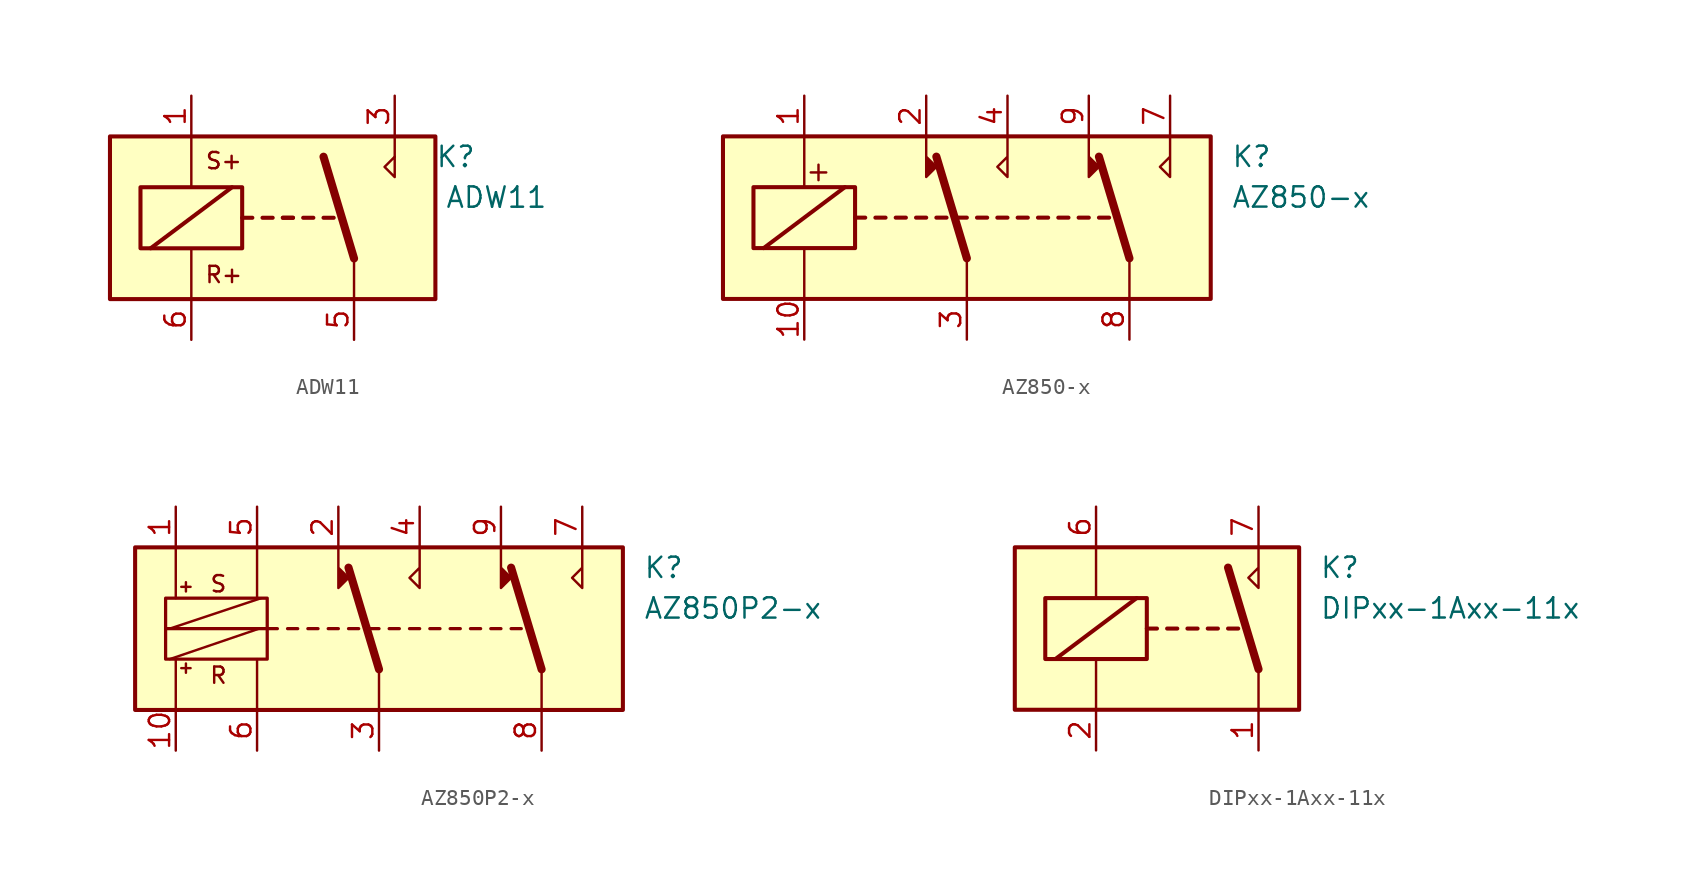
<source format=kicad_sym>
(kicad_symbol_lib
  (version 20211014)
  (generator kicad_symbol_editor)
  (symbol "ADW11"
    (property "Reference" "K"
      (at 11.43 3.81 0)
      (effects (font (size 1.27 1.27))))
    (property "Value" "ADW11"
      (at 13.97 1.27 0)
      (effects (font (size 1.27 1.27))))
    (symbol "ADW11_1_1"
      (rectangle (start -10.16 5.08) (end 10.16 -5.08) (stroke (width 0.254) (type default) (color 0 0 0 0)) (fill (type background)))
      (rectangle (start -8.255 1.905) (end -1.905 -1.905) (stroke (width 0.254) (type default) (color 0 0 0 0)) (fill (type none)))
      (polyline (pts (xy -7.62 -1.905) (xy -2.54 1.905)) (stroke (width 0.254) (type default) (color 0 0 0 0)) (fill (type none)))
      (polyline (pts (xy -5.08 -5.08) (xy -5.08 -1.905)) (stroke (width 0) (type default) (color 0 0 0 0)) (fill (type none)))
      (polyline (pts (xy -5.08 5.08) (xy -5.08 1.905)) (stroke (width 0) (type default) (color 0 0 0 0)) (fill (type none)))
      (polyline (pts (xy -1.905 0) (xy -1.27 0)) (stroke (width 0.254) (type default) (color 0 0 0 0)) (fill (type none)))
      (polyline (pts (xy -0.635 0) (xy 0 0)) (stroke (width 0.254) (type default) (color 0 0 0 0)) (fill (type none)))
      (polyline (pts (xy 0.635 0) (xy 1.27 0)) (stroke (width 0.254) (type default) (color 0 0 0 0)) (fill (type none)))
      (polyline (pts (xy 0.635 0) (xy 1.27 0)) (stroke (width 0.254) (type default) (color 0 0 0 0)) (fill (type none)))
      (polyline (pts (xy 1.905 0) (xy 2.54 0)) (stroke (width 0.254) (type default) (color 0 0 0 0)) (fill (type none)))
      (polyline (pts (xy 3.175 0) (xy 3.81 0)) (stroke (width 0.254) (type default) (color 0 0 0 0)) (fill (type none)))
      (polyline (pts (xy 5.08 -2.54) (xy 3.175 3.81)) (stroke (width 0.508) (type default) (color 0 0 0 0)) (fill (type none)))
      (polyline (pts (xy 5.08 -2.54) (xy 5.08 -5.08)) (stroke (width 0) (type default) (color 0 0 0 0)) (fill (type none)))
      (polyline (pts (xy 7.62 3.81) (xy 7.62 5.08)) (stroke (width 0) (type default) (color 0 0 0 0)) (fill (type none)))
      (polyline (pts (xy 7.62 3.81) (xy 7.62 2.54) (xy 6.985 3.175) (xy 7.62 3.81)) (stroke (width 0) (type default) (color 0 0 0 0)) (fill (type none)))
      (text "R+" (at -3.048 -3.556 0) (effects (font (size 1.016 1.016))))
      (text "S+" (at -3.048 3.556 0) (effects (font (size 1.016 1.016))))
      (pin passive line (at -5.08 7.62 270) (length 2.54) (name "~" (effects (font (size 1.27 1.27)))) (number "1" (effects (font (size 1.27 1.27)))))
      (pin passive line (at 7.62 7.62 270) (length 2.54) (name "~" (effects (font (size 1.27 1.27)))) (number "3" (effects (font (size 1.27 1.27)))))
      (pin passive line (at 5.08 -7.62 90) (length 2.54) (name "~" (effects (font (size 1.27 1.27)))) (number "5" (effects (font (size 1.27 1.27)))))
      (pin passive line (at -5.08 -7.62 90) (length 2.54) (name "~" (effects (font (size 1.27 1.27)))) (number "6" (effects (font (size 1.27 1.27)))))))
  (symbol "AZ850-x"
    (property "Reference" "K"
      (at 16.51 3.81 0)
      (effects (font (size 1.27 1.27)) (justify left)))
    (property "Value" "AZ850-x"
      (at 16.51 1.27 0)
      (effects (font (size 1.27 1.27)) (justify left)))
    (symbol "AZ850-x_0_0"
      (text "+" (at -9.271 2.921 0) (effects (font (size 1.27 1.27)))))
    (symbol "AZ850-x_0_1"
      (rectangle (start -15.24 5.08) (end 15.24 -5.08) (stroke (width 0.254) (type default) (color 0 0 0 0)) (fill (type background)))
      (rectangle (start -13.335 1.905) (end -6.985 -1.905) (stroke (width 0.254) (type default) (color 0 0 0 0)) (fill (type none)))
      (polyline (pts (xy -12.7 -1.905) (xy -7.62 1.905)) (stroke (width 0.254) (type default) (color 0 0 0 0)) (fill (type none)))
      (polyline (pts (xy -10.16 -5.08) (xy -10.16 -1.905)) (stroke (width 0) (type default) (color 0 0 0 0)) (fill (type none)))
      (polyline (pts (xy -10.16 5.08) (xy -10.16 1.905)) (stroke (width 0) (type default) (color 0 0 0 0)) (fill (type none)))
      (polyline (pts (xy -6.985 0) (xy -6.35 0)) (stroke (width 0.254) (type default) (color 0 0 0 0)) (fill (type none)))
      (polyline (pts (xy -5.715 0) (xy -5.08 0)) (stroke (width 0.254) (type default) (color 0 0 0 0)) (fill (type none)))
      (polyline (pts (xy -4.445 0) (xy -3.81 0)) (stroke (width 0.254) (type default) (color 0 0 0 0)) (fill (type none)))
      (polyline (pts (xy -3.175 0) (xy -2.54 0)) (stroke (width 0.254) (type default) (color 0 0 0 0)) (fill (type none)))
      (polyline (pts (xy -1.905 0) (xy -1.27 0)) (stroke (width 0.254) (type default) (color 0 0 0 0)) (fill (type none)))
      (polyline (pts (xy -0.635 0) (xy 0 0)) (stroke (width 0.254) (type default) (color 0 0 0 0)) (fill (type none)))
      (polyline (pts (xy 0 -2.54) (xy -1.905 3.81)) (stroke (width 0.508) (type default) (color 0 0 0 0)) (fill (type none)))
      (polyline (pts (xy 0 -2.54) (xy 0 -5.08)) (stroke (width 0) (type default) (color 0 0 0 0)) (fill (type none)))
      (polyline (pts (xy 0.635 0) (xy 1.27 0)) (stroke (width 0.254) (type default) (color 0 0 0 0)) (fill (type none)))
      (polyline (pts (xy 1.905 0) (xy 2.54 0)) (stroke (width 0.254) (type default) (color 0 0 0 0)) (fill (type none)))
      (polyline (pts (xy 3.175 0) (xy 3.81 0)) (stroke (width 0.254) (type default) (color 0 0 0 0)) (fill (type none)))
      (polyline (pts (xy 4.445 0) (xy 5.08 0)) (stroke (width 0.254) (type default) (color 0 0 0 0)) (fill (type none)))
      (polyline (pts (xy 5.715 0) (xy 6.35 0)) (stroke (width 0.254) (type default) (color 0 0 0 0)) (fill (type none)))
      (polyline (pts (xy 6.985 0) (xy 7.62 0)) (stroke (width 0.254) (type default) (color 0 0 0 0)) (fill (type none)))
      (polyline (pts (xy 8.255 0) (xy 8.89 0)) (stroke (width 0.254) (type default) (color 0 0 0 0)) (fill (type none)))
      (polyline (pts (xy 10.16 -2.54) (xy 8.255 3.81)) (stroke (width 0.508) (type default) (color 0 0 0 0)) (fill (type none)))
      (polyline (pts (xy 10.16 -2.54) (xy 10.16 -5.08)) (stroke (width 0) (type default) (color 0 0 0 0)) (fill (type none)))
      (polyline (pts (xy -2.54 5.08) (xy -2.54 2.54) (xy -1.905 3.175) (xy -2.54 3.81)) (stroke (width 0) (type default) (color 0 0 0 0)) (fill (type outline)))
      (polyline (pts (xy 2.54 5.08) (xy 2.54 2.54) (xy 1.905 3.175) (xy 2.54 3.81)) (stroke (width 0) (type default) (color 0 0 0 0)) (fill (type none)))
      (polyline (pts (xy 7.62 5.08) (xy 7.62 2.54) (xy 8.255 3.175) (xy 7.62 3.81)) (stroke (width 0) (type default) (color 0 0 0 0)) (fill (type outline)))
      (polyline (pts (xy 12.7 5.08) (xy 12.7 2.54) (xy 12.065 3.175) (xy 12.7 3.81)) (stroke (width 0) (type default) (color 0 0 0 0)) (fill (type none))))
    (symbol "AZ850-x_1_1"
      (pin passive line (at -10.16 7.62 270) (length 2.54) (name "~" (effects (font (size 1.27 1.27)))) (number "1" (effects (font (size 1.27 1.27)))))
      (pin passive line (at -10.16 -7.62 90) (length 2.54) (name "~" (effects (font (size 1.27 1.27)))) (number "10" (effects (font (size 1.27 1.27)))))
      (pin passive line (at -2.54 7.62 270) (length 2.54) (name "~" (effects (font (size 1.27 1.27)))) (number "2" (effects (font (size 1.27 1.27)))))
      (pin passive line (at 0 -7.62 90) (length 2.54) (name "~" (effects (font (size 1.27 1.27)))) (number "3" (effects (font (size 1.27 1.27)))))
      (pin passive line (at 2.54 7.62 270) (length 2.54) (name "~" (effects (font (size 1.27 1.27)))) (number "4" (effects (font (size 1.27 1.27)))))
      (pin passive line (at 12.7 7.62 270) (length 2.54) (name "~" (effects (font (size 1.27 1.27)))) (number "7" (effects (font (size 1.27 1.27)))))
      (pin passive line (at 10.16 -7.62 90) (length 2.54) (name "~" (effects (font (size 1.27 1.27)))) (number "8" (effects (font (size 1.27 1.27)))))
      (pin passive line (at 7.62 7.62 270) (length 2.54) (name "~" (effects (font (size 1.27 1.27)))) (number "9" (effects (font (size 1.27 1.27)))))))
  (symbol "AZ850P2-x"
    (property "Reference" "K"
      (at 16.51 3.81 0)
      (effects (font (size 1.27 1.27)) (justify left)))
    (property "Value" "AZ850P2-x"
      (at 16.51 1.27 0)
      (effects (font (size 1.27 1.27)) (justify left)))
    (symbol "AZ850P2-x_0_0"
      (polyline (pts (xy -2.54 5.08) (xy -2.54 2.54) (xy -1.905 3.175) (xy -2.54 3.81)) (stroke (width 0) (type default) (color 0 0 0 0)) (fill (type outline)))
      (polyline (pts (xy 2.54 5.08) (xy 2.54 2.54) (xy 1.905 3.175) (xy 2.54 3.81)) (stroke (width 0) (type default) (color 0 0 0 0)) (fill (type none)))
      (polyline (pts (xy 7.62 5.08) (xy 7.62 2.54) (xy 8.255 3.175) (xy 7.62 3.81)) (stroke (width 0) (type default) (color 0 0 0 0)) (fill (type outline)))
      (polyline (pts (xy 12.7 5.08) (xy 12.7 2.54) (xy 12.065 3.175) (xy 12.7 3.81)) (stroke (width 0) (type default) (color 0 0 0 0)) (fill (type none)))
      (text "+" (at -12.065 -2.413 0) (effects (font (size 0.762 0.762))))
      (text "+" (at -12.065 2.667 0) (effects (font (size 0.762 0.762))))
      (text "R" (at -10.033 -2.921 0) (effects (font (size 1.016 1.016))))
      (text "S" (at -10.033 2.794 0) (effects (font (size 1.016 1.016)))))
    (symbol "AZ850P2-x_0_1"
      (rectangle (start -15.24 5.08) (end 15.24 -5.08) (stroke (width 0.254) (type default) (color 0 0 0 0)) (fill (type background)))
      (rectangle (start -13.335 1.905) (end -6.985 -1.905) (stroke (width 0.203) (type default) (color 0 0 0 0)) (fill (type none)))
      (polyline (pts (xy -13.335 0) (xy -6.35 0)) (stroke (width 0.203) (type default) (color 0 0 0 0)) (fill (type none)))
      (polyline (pts (xy -13.081 -1.905) (xy -7.493 0)) (stroke (width 0) (type default) (color 0 0 0 0)) (fill (type none)))
      (polyline (pts (xy -13.081 0) (xy -7.366 1.905)) (stroke (width 0) (type default) (color 0 0 0 0)) (fill (type none)))
      (polyline (pts (xy -12.7 -5.08) (xy -12.7 -1.905)) (stroke (width 0) (type default) (color 0 0 0 0)) (fill (type none)))
      (polyline (pts (xy -12.7 5.08) (xy -12.7 1.905)) (stroke (width 0) (type default) (color 0 0 0 0)) (fill (type none)))
      (polyline (pts (xy -7.62 -5.08) (xy -7.62 -1.905)) (stroke (width 0) (type default) (color 0 0 0 0)) (fill (type none)))
      (polyline (pts (xy -7.62 5.08) (xy -7.62 1.905)) (stroke (width 0) (type default) (color 0 0 0 0)) (fill (type none)))
      (polyline (pts (xy -5.715 0) (xy -5.08 0)) (stroke (width 0.203) (type default) (color 0 0 0 0)) (fill (type none)))
      (polyline (pts (xy -4.445 0) (xy -3.81 0)) (stroke (width 0.203) (type default) (color 0 0 0 0)) (fill (type none)))
      (polyline (pts (xy -3.175 0) (xy -2.54 0)) (stroke (width 0.203) (type default) (color 0 0 0 0)) (fill (type none)))
      (polyline (pts (xy -1.905 0) (xy -1.27 0)) (stroke (width 0.203) (type default) (color 0 0 0 0)) (fill (type none)))
      (polyline (pts (xy -0.635 0) (xy 0 0)) (stroke (width 0.203) (type default) (color 0 0 0 0)) (fill (type none)))
      (polyline (pts (xy 0 -2.54) (xy -1.905 3.81)) (stroke (width 0.508) (type default) (color 0 0 0 0)) (fill (type none)))
      (polyline (pts (xy 0 -2.54) (xy 0 -5.08)) (stroke (width 0) (type default) (color 0 0 0 0)) (fill (type none)))
      (polyline (pts (xy 0.635 0) (xy 1.27 0)) (stroke (width 0.203) (type default) (color 0 0 0 0)) (fill (type none)))
      (polyline (pts (xy 1.905 0) (xy 2.54 0)) (stroke (width 0.203) (type default) (color 0 0 0 0)) (fill (type none)))
      (polyline (pts (xy 3.175 0) (xy 3.81 0)) (stroke (width 0.203) (type default) (color 0 0 0 0)) (fill (type none)))
      (polyline (pts (xy 4.445 0) (xy 5.08 0)) (stroke (width 0.203) (type default) (color 0 0 0 0)) (fill (type none)))
      (polyline (pts (xy 5.715 0) (xy 6.35 0)) (stroke (width 0.203) (type default) (color 0 0 0 0)) (fill (type none)))
      (polyline (pts (xy 6.985 0) (xy 7.62 0)) (stroke (width 0.203) (type default) (color 0 0 0 0)) (fill (type none)))
      (polyline (pts (xy 8.255 0) (xy 8.89 0)) (stroke (width 0.203) (type default) (color 0 0 0 0)) (fill (type none)))
      (polyline (pts (xy 10.16 -2.54) (xy 8.255 3.81)) (stroke (width 0.508) (type default) (color 0 0 0 0)) (fill (type none)))
      (polyline (pts (xy 10.16 -2.54) (xy 10.16 -5.08)) (stroke (width 0) (type default) (color 0 0 0 0)) (fill (type none))))
    (symbol "AZ850P2-x_1_1"
      (pin passive line (at -12.7 7.62 270) (length 2.54) (name "~" (effects (font (size 1.27 1.27)))) (number "1" (effects (font (size 1.27 1.27)))))
      (pin passive line (at -12.7 -7.62 90) (length 2.54) (name "~" (effects (font (size 1.27 1.27)))) (number "10" (effects (font (size 1.27 1.27)))))
      (pin passive line (at -2.54 7.62 270) (length 2.54) (name "~" (effects (font (size 1.27 1.27)))) (number "2" (effects (font (size 1.27 1.27)))))
      (pin passive line (at 0 -7.62 90) (length 2.54) (name "~" (effects (font (size 1.27 1.27)))) (number "3" (effects (font (size 1.27 1.27)))))
      (pin passive line (at 2.54 7.62 270) (length 2.54) (name "~" (effects (font (size 1.27 1.27)))) (number "4" (effects (font (size 1.27 1.27)))))
      (pin passive line (at -7.62 7.62 270) (length 2.54) (name "~" (effects (font (size 1.27 1.27)))) (number "5" (effects (font (size 1.27 1.27)))))
      (pin passive line (at -7.62 -7.62 90) (length 2.54) (name "~" (effects (font (size 1.27 1.27)))) (number "6" (effects (font (size 1.27 1.27)))))
      (pin passive line (at 12.7 7.62 270) (length 2.54) (name "~" (effects (font (size 1.27 1.27)))) (number "7" (effects (font (size 1.27 1.27)))))
      (pin passive line (at 10.16 -7.62 90) (length 2.54) (name "~" (effects (font (size 1.27 1.27)))) (number "8" (effects (font (size 1.27 1.27)))))
      (pin passive line (at 7.62 7.62 270) (length 2.54) (name "~" (effects (font (size 1.27 1.27)))) (number "9" (effects (font (size 1.27 1.27)))))))
  (symbol "DIPxx-1Axx-11x"
    (property "Reference" "K"
      (at 8.89 3.81 0)
      (effects (font (size 1.27 1.27)) (justify left)))
    (property "Value" "DIPxx-1Axx-11x"
      (at 8.89 1.27 0)
      (effects (font (size 1.27 1.27)) (justify left)))
    (symbol "DIPxx-1Axx-11x_0_0"
      (polyline (pts (xy 5.08 5.08) (xy 5.08 2.54) (xy 4.445 3.175) (xy 5.08 3.81)) (stroke (width 0) (type default) (color 0 0 0 0)) (fill (type none))))
    (symbol "DIPxx-1Axx-11x_0_1"
      (rectangle (start -10.16 5.08) (end 7.62 -5.08) (stroke (width 0.254) (type default) (color 0 0 0 0)) (fill (type background)))
      (rectangle (start -8.255 1.905) (end -1.905 -1.905) (stroke (width 0.254) (type default) (color 0 0 0 0)) (fill (type none)))
      (polyline (pts (xy -7.62 -1.905) (xy -2.54 1.905)) (stroke (width 0.254) (type default) (color 0 0 0 0)) (fill (type none)))
      (polyline (pts (xy -5.08 -5.08) (xy -5.08 -1.905)) (stroke (width 0) (type default) (color 0 0 0 0)) (fill (type none)))
      (polyline (pts (xy -5.08 5.08) (xy -5.08 1.905)) (stroke (width 0) (type default) (color 0 0 0 0)) (fill (type none)))
      (polyline (pts (xy -1.905 0) (xy -1.27 0)) (stroke (width 0.254) (type default) (color 0 0 0 0)) (fill (type none)))
      (polyline (pts (xy -0.635 0) (xy 0 0)) (stroke (width 0.254) (type default) (color 0 0 0 0)) (fill (type none)))
      (polyline (pts (xy 0.635 0) (xy 1.27 0)) (stroke (width 0.254) (type default) (color 0 0 0 0)) (fill (type none)))
      (polyline (pts (xy 1.905 0) (xy 2.54 0)) (stroke (width 0.254) (type default) (color 0 0 0 0)) (fill (type none)))
      (polyline (pts (xy 3.175 0) (xy 3.81 0)) (stroke (width 0.254) (type default) (color 0 0 0 0)) (fill (type none)))
      (polyline (pts (xy 5.08 -2.54) (xy 3.175 3.81)) (stroke (width 0.508) (type default) (color 0 0 0 0)) (fill (type none)))
      (polyline (pts (xy 5.08 -2.54) (xy 5.08 -5.08)) (stroke (width 0) (type default) (color 0 0 0 0)) (fill (type none))))
    (symbol "DIPxx-1Axx-11x_1_1"
      (pin passive line (at 5.08 -7.62 90) (length 2.54) (name "~" (effects (font (size 1.27 1.27)))) (number "1" (effects (font (size 1.27 1.27)))))
      (pin passive line (at 5.08 -7.62 90) (length 2.54) hide (name "~" (effects (font (size 1.27 1.27)))) (number "14" (effects (font (size 1.27 1.27)))))
      (pin passive line (at -5.08 -7.62 90) (length 2.54) (name "~" (effects (font (size 1.27 1.27)))) (number "2" (effects (font (size 1.27 1.27)))))
      (pin passive line (at -5.08 7.62 270) (length 2.54) (name "~" (effects (font (size 1.27 1.27)))) (number "6" (effects (font (size 1.27 1.27)))))
      (pin passive line (at 5.08 7.62 270) (length 2.54) (name "~" (effects (font (size 1.27 1.27)))) (number "7" (effects (font (size 1.27 1.27)))))
      (pin passive line (at 5.08 7.62 270) (length 2.54) hide (name "~" (effects (font (size 1.27 1.27)))) (number "8" (effects (font (size 1.27 1.27))))))))
</source>
